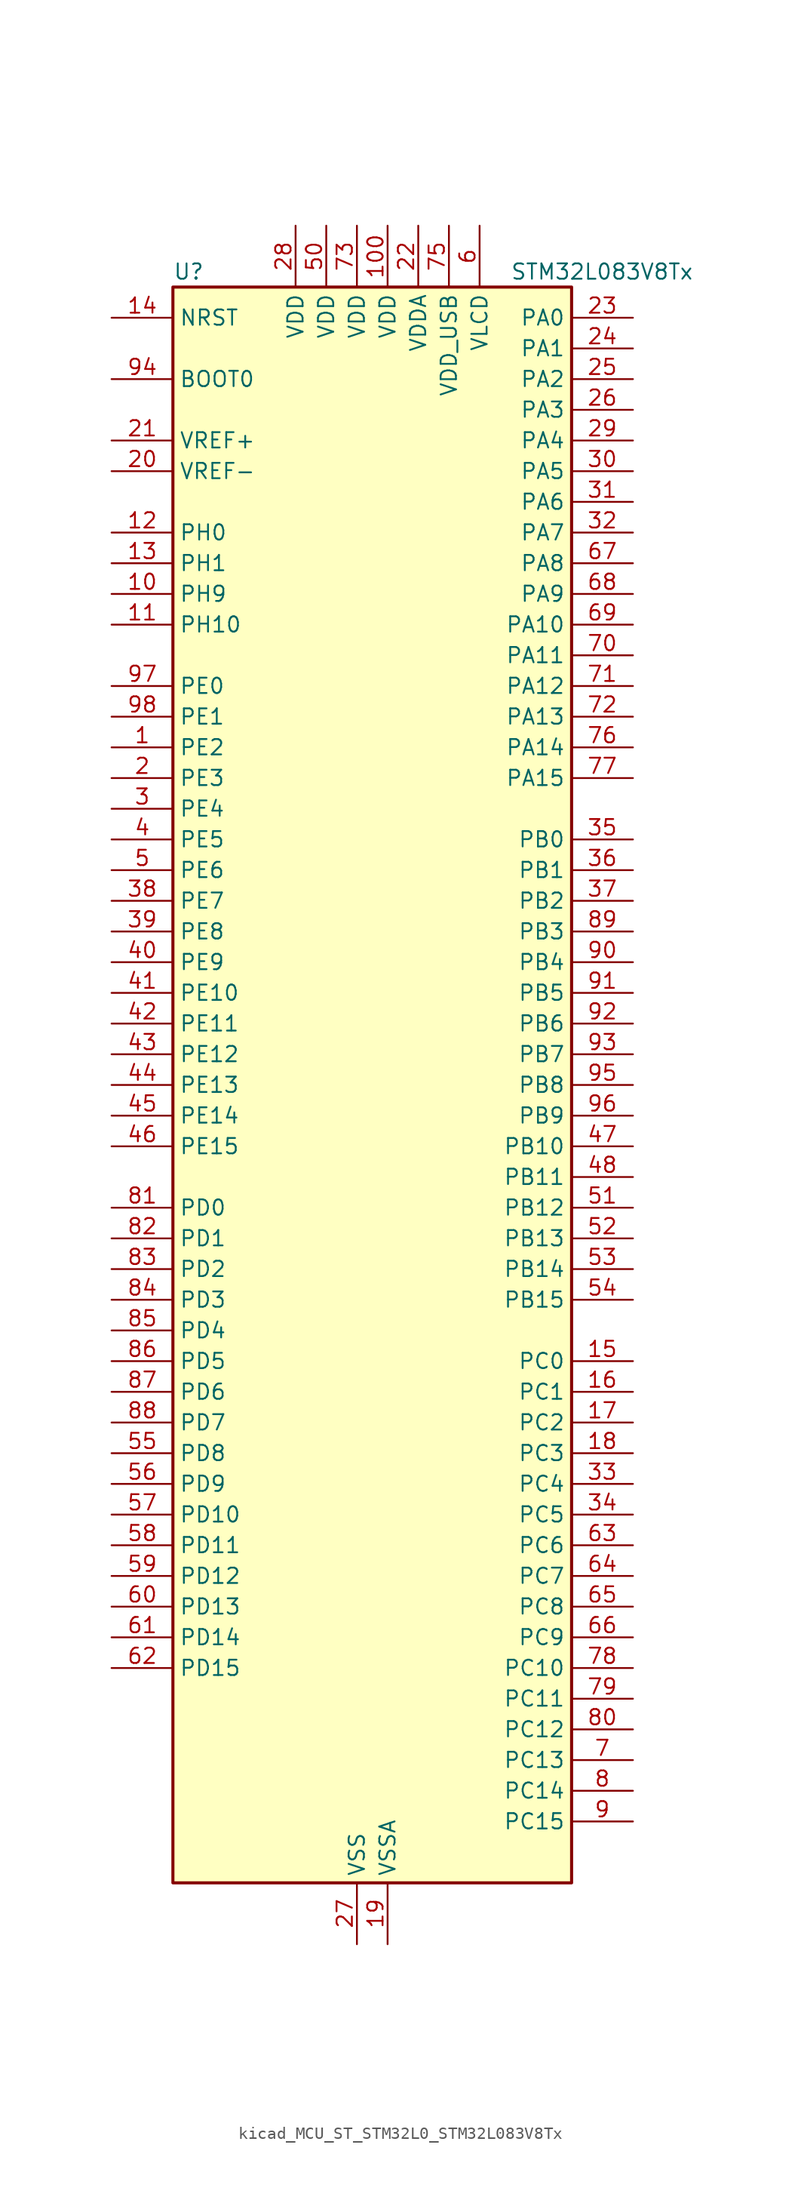
<source format=kicad_sym>
(kicad_symbol_lib
  (version 20220914)
  (generator kicad_symbol_editor)
  (symbol "kicad_MCU_ST_STM32L0_STM32L083V8Tx"
    (property "Reference" "U"
      (at -15.24 67.31 0)
      (effects (font (size 1.27 1.27)) (justify left)))
    (property "Value" "STM32L083V8Tx"
      (at 12.7 67.31 0)
      (effects (font (size 1.27 1.27)) (justify left)))
    (property "ki_locked" ""
      (at 0 0 0)
      (effects (font (size 1.27 1.27))))
    (symbol "kicad_MCU_ST_STM32L0_STM32L083V8Tx_0_1"
      (rectangle (start -15.24 -66.04) (end 17.78 66.04) (stroke (width 0.254) (type default)) (fill (type background))))
    (symbol "kicad_MCU_ST_STM32L0_STM32L083V8Tx_1_1"
      (pin bidirectional line (at -20.32 27.94 0) (length 5.08) (name "PE2" (effects (font (size 1.27 1.27)))) (number "1" (effects (font (size 1.27 1.27)))) (alternate "LCD_SEG38" bidirectional line) (alternate "TIM3_ETR" bidirectional line))
      (pin bidirectional line (at -20.32 40.64 0) (length 5.08) (name "PH9" (effects (font (size 1.27 1.27)))) (number "10" (effects (font (size 1.27 1.27)))) (alternate "DAC_EXTI9" bidirectional line))
      (pin power_in line (at 2.54 71.12 270) (length 5.08) (name "VDD" (effects (font (size 1.27 1.27)))) (number "100" (effects (font (size 1.27 1.27)))))
      (pin bidirectional line (at -20.32 38.1 0) (length 5.08) (name "PH10" (effects (font (size 1.27 1.27)))) (number "11" (effects (font (size 1.27 1.27)))))
      (pin bidirectional line (at -20.32 45.72 0) (length 5.08) (name "PH0" (effects (font (size 1.27 1.27)))) (number "12" (effects (font (size 1.27 1.27)))) (alternate "CRS_SYNC" bidirectional line) (alternate "RCC_OSC_IN" bidirectional line))
      (pin bidirectional line (at -20.32 43.18 0) (length 5.08) (name "PH1" (effects (font (size 1.27 1.27)))) (number "13" (effects (font (size 1.27 1.27)))) (alternate "RCC_OSC_OUT" bidirectional line))
      (pin input line (at -20.32 63.5 0) (length 5.08) (name "NRST" (effects (font (size 1.27 1.27)))) (number "14" (effects (font (size 1.27 1.27)))))
      (pin bidirectional line (at 22.86 -22.86 180) (length 5.08) (name "PC0" (effects (font (size 1.27 1.27)))) (number "15" (effects (font (size 1.27 1.27)))) (alternate "ADC_IN10" bidirectional line) (alternate "I2C3_SCL" bidirectional line) (alternate "LCD_SEG18" bidirectional line) (alternate "LPTIM1_IN1" bidirectional line) (alternate "LPUART1_RX" bidirectional line) (alternate "TSC_G7_IO1" bidirectional line))
      (pin bidirectional line (at 22.86 -25.4 180) (length 5.08) (name "PC1" (effects (font (size 1.27 1.27)))) (number "16" (effects (font (size 1.27 1.27)))) (alternate "ADC_IN11" bidirectional line) (alternate "I2C3_SDA" bidirectional line) (alternate "LCD_SEG19" bidirectional line) (alternate "LPTIM1_OUT" bidirectional line) (alternate "LPUART1_TX" bidirectional line) (alternate "TSC_G7_IO2" bidirectional line))
      (pin bidirectional line (at 22.86 -27.94 180) (length 5.08) (name "PC2" (effects (font (size 1.27 1.27)))) (number "17" (effects (font (size 1.27 1.27)))) (alternate "ADC_IN12" bidirectional line) (alternate "I2S2_MCK" bidirectional line) (alternate "LCD_SEG20" bidirectional line) (alternate "LPTIM1_IN2" bidirectional line) (alternate "SPI2_MISO" bidirectional line) (alternate "TSC_G7_IO3" bidirectional line))
      (pin bidirectional line (at 22.86 -30.48 180) (length 5.08) (name "PC3" (effects (font (size 1.27 1.27)))) (number "18" (effects (font (size 1.27 1.27)))) (alternate "ADC_IN13" bidirectional line) (alternate "I2S2_SD" bidirectional line) (alternate "LCD_SEG21" bidirectional line) (alternate "LPTIM1_ETR" bidirectional line) (alternate "SPI2_MOSI" bidirectional line) (alternate "TSC_G7_IO4" bidirectional line))
      (pin power_in line (at 2.54 -71.12 90) (length 5.08) (name "VSSA" (effects (font (size 1.27 1.27)))) (number "19" (effects (font (size 1.27 1.27)))))
      (pin bidirectional line (at -20.32 25.4 0) (length 5.08) (name "PE3" (effects (font (size 1.27 1.27)))) (number "2" (effects (font (size 1.27 1.27)))) (alternate "LCD_SEG39" bidirectional line) (alternate "TIM22_CH1" bidirectional line) (alternate "TIM3_CH1" bidirectional line))
      (pin input line (at -20.32 50.8 0) (length 5.08) (name "VREF-" (effects (font (size 1.27 1.27)))) (number "20" (effects (font (size 1.27 1.27)))))
      (pin input line (at -20.32 53.34 0) (length 5.08) (name "VREF+" (effects (font (size 1.27 1.27)))) (number "21" (effects (font (size 1.27 1.27)))))
      (pin power_in line (at 5.08 71.12 270) (length 5.08) (name "VDDA" (effects (font (size 1.27 1.27)))) (number "22" (effects (font (size 1.27 1.27)))))
      (pin bidirectional line (at 22.86 63.5 180) (length 5.08) (name "PA0" (effects (font (size 1.27 1.27)))) (number "23" (effects (font (size 1.27 1.27)))) (alternate "ADC_IN0" bidirectional line) (alternate "COMP1_INM" bidirectional line) (alternate "COMP1_OUT" bidirectional line) (alternate "RTC_TAMP2" bidirectional line) (alternate "SYS_WKUP1" bidirectional line) (alternate "TIM2_CH1" bidirectional line) (alternate "TIM2_ETR" bidirectional line) (alternate "TSC_G1_IO1" bidirectional line) (alternate "USART2_CTS" bidirectional line) (alternate "USART4_TX" bidirectional line))
      (pin bidirectional line (at 22.86 60.96 180) (length 5.08) (name "PA1" (effects (font (size 1.27 1.27)))) (number "24" (effects (font (size 1.27 1.27)))) (alternate "ADC_IN1" bidirectional line) (alternate "COMP1_INP" bidirectional line) (alternate "LCD_SEG0" bidirectional line) (alternate "TIM21_ETR" bidirectional line) (alternate "TIM2_CH2" bidirectional line) (alternate "TSC_G1_IO2" bidirectional line) (alternate "USART2_DE" bidirectional line) (alternate "USART2_RTS" bidirectional line) (alternate "USART4_RX" bidirectional line))
      (pin bidirectional line (at 22.86 58.42 180) (length 5.08) (name "PA2" (effects (font (size 1.27 1.27)))) (number "25" (effects (font (size 1.27 1.27)))) (alternate "ADC_IN2" bidirectional line) (alternate "COMP2_INM" bidirectional line) (alternate "COMP2_OUT" bidirectional line) (alternate "LCD_SEG1" bidirectional line) (alternate "LPUART1_TX" bidirectional line) (alternate "TIM21_CH1" bidirectional line) (alternate "TIM2_CH3" bidirectional line) (alternate "TSC_G1_IO3" bidirectional line) (alternate "USART2_TX" bidirectional line))
      (pin bidirectional line (at 22.86 55.88 180) (length 5.08) (name "PA3" (effects (font (size 1.27 1.27)))) (number "26" (effects (font (size 1.27 1.27)))) (alternate "ADC_IN3" bidirectional line) (alternate "COMP2_INP" bidirectional line) (alternate "LCD_SEG2" bidirectional line) (alternate "LPUART1_RX" bidirectional line) (alternate "TIM21_CH2" bidirectional line) (alternate "TIM2_CH4" bidirectional line) (alternate "TSC_G1_IO4" bidirectional line) (alternate "USART2_RX" bidirectional line))
      (pin power_in line (at 0 -71.12 90) (length 5.08) (name "VSS" (effects (font (size 1.27 1.27)))) (number "27" (effects (font (size 1.27 1.27)))))
      (pin power_in line (at -5.08 71.12 270) (length 5.08) (name "VDD" (effects (font (size 1.27 1.27)))) (number "28" (effects (font (size 1.27 1.27)))))
      (pin bidirectional line (at 22.86 53.34 180) (length 5.08) (name "PA4" (effects (font (size 1.27 1.27)))) (number "29" (effects (font (size 1.27 1.27)))) (alternate "ADC_IN4" bidirectional line) (alternate "COMP1_INM" bidirectional line) (alternate "COMP2_INM" bidirectional line) (alternate "DAC_OUT1" bidirectional line) (alternate "SPI1_NSS" bidirectional line) (alternate "TIM22_ETR" bidirectional line) (alternate "TSC_G2_IO1" bidirectional line) (alternate "USART2_CK" bidirectional line))
      (pin bidirectional line (at -20.32 22.86 0) (length 5.08) (name "PE4" (effects (font (size 1.27 1.27)))) (number "3" (effects (font (size 1.27 1.27)))) (alternate "TIM22_CH2" bidirectional line) (alternate "TIM3_CH2" bidirectional line))
      (pin bidirectional line (at 22.86 50.8 180) (length 5.08) (name "PA5" (effects (font (size 1.27 1.27)))) (number "30" (effects (font (size 1.27 1.27)))) (alternate "ADC_IN5" bidirectional line) (alternate "COMP1_INM" bidirectional line) (alternate "COMP2_INM" bidirectional line) (alternate "DAC_OUT2" bidirectional line) (alternate "SPI1_SCK" bidirectional line) (alternate "TIM2_CH1" bidirectional line) (alternate "TIM2_ETR" bidirectional line) (alternate "TSC_G2_IO2" bidirectional line))
      (pin bidirectional line (at 22.86 48.26 180) (length 5.08) (name "PA6" (effects (font (size 1.27 1.27)))) (number "31" (effects (font (size 1.27 1.27)))) (alternate "ADC_IN6" bidirectional line) (alternate "COMP1_OUT" bidirectional line) (alternate "LCD_SEG3" bidirectional line) (alternate "LPUART1_CTS" bidirectional line) (alternate "SPI1_MISO" bidirectional line) (alternate "TIM22_CH1" bidirectional line) (alternate "TIM3_CH1" bidirectional line) (alternate "TSC_G2_IO3" bidirectional line))
      (pin bidirectional line (at 22.86 45.72 180) (length 5.08) (name "PA7" (effects (font (size 1.27 1.27)))) (number "32" (effects (font (size 1.27 1.27)))) (alternate "ADC_IN7" bidirectional line) (alternate "COMP2_OUT" bidirectional line) (alternate "LCD_SEG4" bidirectional line) (alternate "SPI1_MOSI" bidirectional line) (alternate "TIM22_CH2" bidirectional line) (alternate "TIM3_CH2" bidirectional line) (alternate "TSC_G2_IO4" bidirectional line))
      (pin bidirectional line (at 22.86 -33.02 180) (length 5.08) (name "PC4" (effects (font (size 1.27 1.27)))) (number "33" (effects (font (size 1.27 1.27)))) (alternate "ADC_IN14" bidirectional line) (alternate "LCD_SEG22" bidirectional line) (alternate "LPUART1_TX" bidirectional line))
      (pin bidirectional line (at 22.86 -35.56 180) (length 5.08) (name "PC5" (effects (font (size 1.27 1.27)))) (number "34" (effects (font (size 1.27 1.27)))) (alternate "ADC_IN15" bidirectional line) (alternate "LCD_SEG23" bidirectional line) (alternate "LPUART1_RX" bidirectional line) (alternate "TSC_G3_IO1" bidirectional line))
      (pin bidirectional line (at 22.86 20.32 180) (length 5.08) (name "PB0" (effects (font (size 1.27 1.27)))) (number "35" (effects (font (size 1.27 1.27)))) (alternate "ADC_IN8" bidirectional line) (alternate "LCD_SEG5" bidirectional line) (alternate "LCD_VLCD3" bidirectional line) (alternate "SYS_VREF_OUT_PB0" bidirectional line) (alternate "TIM3_CH3" bidirectional line) (alternate "TSC_G3_IO2" bidirectional line))
      (pin bidirectional line (at 22.86 17.78 180) (length 5.08) (name "PB1" (effects (font (size 1.27 1.27)))) (number "36" (effects (font (size 1.27 1.27)))) (alternate "ADC_IN9" bidirectional line) (alternate "LCD_SEG6" bidirectional line) (alternate "LPUART1_DE" bidirectional line) (alternate "LPUART1_RTS" bidirectional line) (alternate "SYS_VREF_OUT_PB1" bidirectional line) (alternate "TIM3_CH4" bidirectional line) (alternate "TSC_G3_IO3" bidirectional line))
      (pin bidirectional line (at 22.86 15.24 180) (length 5.08) (name "PB2" (effects (font (size 1.27 1.27)))) (number "37" (effects (font (size 1.27 1.27)))) (alternate "I2C3_SMBA" bidirectional line) (alternate "LCD_VLCD2" bidirectional line) (alternate "LPTIM1_OUT" bidirectional line) (alternate "TSC_G3_IO4" bidirectional line))
      (pin bidirectional line (at -20.32 15.24 0) (length 5.08) (name "PE7" (effects (font (size 1.27 1.27)))) (number "38" (effects (font (size 1.27 1.27)))) (alternate "LCD_SEG45" bidirectional line) (alternate "USART5_CK" bidirectional line) (alternate "USART5_DE" bidirectional line) (alternate "USART5_RTS" bidirectional line))
      (pin bidirectional line (at -20.32 12.7 0) (length 5.08) (name "PE8" (effects (font (size 1.27 1.27)))) (number "39" (effects (font (size 1.27 1.27)))) (alternate "LCD_SEG46" bidirectional line) (alternate "USART4_TX" bidirectional line))
      (pin bidirectional line (at -20.32 20.32 0) (length 5.08) (name "PE5" (effects (font (size 1.27 1.27)))) (number "4" (effects (font (size 1.27 1.27)))) (alternate "TIM21_CH1" bidirectional line) (alternate "TIM3_CH3" bidirectional line))
      (pin bidirectional line (at -20.32 10.16 0) (length 5.08) (name "PE9" (effects (font (size 1.27 1.27)))) (number "40" (effects (font (size 1.27 1.27)))) (alternate "DAC_EXTI9" bidirectional line) (alternate "LCD_SEG47" bidirectional line) (alternate "TIM2_CH1" bidirectional line) (alternate "TIM2_ETR" bidirectional line) (alternate "USART4_RX" bidirectional line))
      (pin bidirectional line (at -20.32 7.62 0) (length 5.08) (name "PE10" (effects (font (size 1.27 1.27)))) (number "41" (effects (font (size 1.27 1.27)))) (alternate "LCD_SEG40" bidirectional line) (alternate "TIM2_CH2" bidirectional line) (alternate "USART5_TX" bidirectional line))
      (pin bidirectional line (at -20.32 5.08 0) (length 5.08) (name "PE11" (effects (font (size 1.27 1.27)))) (number "42" (effects (font (size 1.27 1.27)))) (alternate "ADC_EXTI11" bidirectional line) (alternate "LCD_VLCD1" bidirectional line) (alternate "TIM2_CH3" bidirectional line) (alternate "USART5_RX" bidirectional line))
      (pin bidirectional line (at -20.32 2.54 0) (length 5.08) (name "PE12" (effects (font (size 1.27 1.27)))) (number "43" (effects (font (size 1.27 1.27)))) (alternate "LCD_VLCD3" bidirectional line) (alternate "SPI1_NSS" bidirectional line) (alternate "TIM2_CH4" bidirectional line))
      (pin bidirectional line (at -20.32 0 0) (length 5.08) (name "PE13" (effects (font (size 1.27 1.27)))) (number "44" (effects (font (size 1.27 1.27)))) (alternate "LCD_SEG41" bidirectional line) (alternate "SPI1_SCK" bidirectional line))
      (pin bidirectional line (at -20.32 -2.54 0) (length 5.08) (name "PE14" (effects (font (size 1.27 1.27)))) (number "45" (effects (font (size 1.27 1.27)))) (alternate "LCD_SEG42" bidirectional line) (alternate "SPI1_MISO" bidirectional line))
      (pin bidirectional line (at -20.32 -5.08 0) (length 5.08) (name "PE15" (effects (font (size 1.27 1.27)))) (number "46" (effects (font (size 1.27 1.27)))) (alternate "LCD_SEG43" bidirectional line) (alternate "SPI1_MOSI" bidirectional line))
      (pin bidirectional line (at 22.86 -5.08 180) (length 5.08) (name "PB10" (effects (font (size 1.27 1.27)))) (number "47" (effects (font (size 1.27 1.27)))) (alternate "I2C2_SCL" bidirectional line) (alternate "LCD_SEG10" bidirectional line) (alternate "LPUART1_RX" bidirectional line) (alternate "LPUART1_TX" bidirectional line) (alternate "SPI2_SCK" bidirectional line) (alternate "TIM2_CH3" bidirectional line) (alternate "TSC_SYNC" bidirectional line))
      (pin bidirectional line (at 22.86 -7.62 180) (length 5.08) (name "PB11" (effects (font (size 1.27 1.27)))) (number "48" (effects (font (size 1.27 1.27)))) (alternate "ADC_EXTI11" bidirectional line) (alternate "I2C2_SDA" bidirectional line) (alternate "LCD_SEG11" bidirectional line) (alternate "LPUART1_RX" bidirectional line) (alternate "LPUART1_TX" bidirectional line) (alternate "TIM2_CH4" bidirectional line) (alternate "TSC_G6_IO1" bidirectional line))
      (pin passive line (at 0 -71.12 90) (length 5.08) hide (name "VSS" (effects (font (size 1.27 1.27)))) (number "49" (effects (font (size 1.27 1.27)))))
      (pin bidirectional line (at -20.32 17.78 0) (length 5.08) (name "PE6" (effects (font (size 1.27 1.27)))) (number "5" (effects (font (size 1.27 1.27)))) (alternate "RTC_TAMP3" bidirectional line) (alternate "SYS_WKUP3" bidirectional line) (alternate "TIM21_CH2" bidirectional line) (alternate "TIM3_CH4" bidirectional line))
      (pin power_in line (at -2.54 71.12 270) (length 5.08) (name "VDD" (effects (font (size 1.27 1.27)))) (number "50" (effects (font (size 1.27 1.27)))))
      (pin bidirectional line (at 22.86 -10.16 180) (length 5.08) (name "PB12" (effects (font (size 1.27 1.27)))) (number "51" (effects (font (size 1.27 1.27)))) (alternate "I2S2_WS" bidirectional line) (alternate "LCD_SEG12" bidirectional line) (alternate "LCD_VLCD2" bidirectional line) (alternate "LPUART1_DE" bidirectional line) (alternate "LPUART1_RTS" bidirectional line) (alternate "SPI2_NSS" bidirectional line) (alternate "TSC_G6_IO2" bidirectional line))
      (pin bidirectional line (at 22.86 -12.7 180) (length 5.08) (name "PB13" (effects (font (size 1.27 1.27)))) (number "52" (effects (font (size 1.27 1.27)))) (alternate "I2C2_SCL" bidirectional line) (alternate "I2S2_CK" bidirectional line) (alternate "LCD_SEG13" bidirectional line) (alternate "LPUART1_CTS" bidirectional line) (alternate "RCC_MCO" bidirectional line) (alternate "SPI2_SCK" bidirectional line) (alternate "TIM21_CH1" bidirectional line) (alternate "TSC_G6_IO3" bidirectional line))
      (pin bidirectional line (at 22.86 -15.24 180) (length 5.08) (name "PB14" (effects (font (size 1.27 1.27)))) (number "53" (effects (font (size 1.27 1.27)))) (alternate "I2C2_SDA" bidirectional line) (alternate "I2S2_MCK" bidirectional line) (alternate "LCD_SEG14" bidirectional line) (alternate "LPUART1_DE" bidirectional line) (alternate "LPUART1_RTS" bidirectional line) (alternate "RTC_OUT_ALARM" bidirectional line) (alternate "RTC_OUT_CALIB" bidirectional line) (alternate "SPI2_MISO" bidirectional line) (alternate "TIM21_CH2" bidirectional line) (alternate "TSC_G6_IO4" bidirectional line))
      (pin bidirectional line (at 22.86 -17.78 180) (length 5.08) (name "PB15" (effects (font (size 1.27 1.27)))) (number "54" (effects (font (size 1.27 1.27)))) (alternate "I2S2_SD" bidirectional line) (alternate "LCD_SEG15" bidirectional line) (alternate "RTC_REFIN" bidirectional line) (alternate "SPI2_MOSI" bidirectional line))
      (pin bidirectional line (at -20.32 -30.48 0) (length 5.08) (name "PD8" (effects (font (size 1.27 1.27)))) (number "55" (effects (font (size 1.27 1.27)))) (alternate "LCD_SEG28" bidirectional line) (alternate "LPUART1_TX" bidirectional line))
      (pin bidirectional line (at -20.32 -33.02 0) (length 5.08) (name "PD9" (effects (font (size 1.27 1.27)))) (number "56" (effects (font (size 1.27 1.27)))) (alternate "DAC_EXTI9" bidirectional line) (alternate "LCD_SEG29" bidirectional line) (alternate "LPUART1_RX" bidirectional line))
      (pin bidirectional line (at -20.32 -35.56 0) (length 5.08) (name "PD10" (effects (font (size 1.27 1.27)))) (number "57" (effects (font (size 1.27 1.27)))) (alternate "LCD_SEG30" bidirectional line))
      (pin bidirectional line (at -20.32 -38.1 0) (length 5.08) (name "PD11" (effects (font (size 1.27 1.27)))) (number "58" (effects (font (size 1.27 1.27)))) (alternate "ADC_EXTI11" bidirectional line) (alternate "LCD_SEG31" bidirectional line) (alternate "LPUART1_CTS" bidirectional line))
      (pin bidirectional line (at -20.32 -40.64 0) (length 5.08) (name "PD12" (effects (font (size 1.27 1.27)))) (number "59" (effects (font (size 1.27 1.27)))) (alternate "LCD_SEG32" bidirectional line) (alternate "LPUART1_DE" bidirectional line) (alternate "LPUART1_RTS" bidirectional line))
      (pin power_in line (at 10.16 71.12 270) (length 5.08) (name "VLCD" (effects (font (size 1.27 1.27)))) (number "6" (effects (font (size 1.27 1.27)))))
      (pin bidirectional line (at -20.32 -43.18 0) (length 5.08) (name "PD13" (effects (font (size 1.27 1.27)))) (number "60" (effects (font (size 1.27 1.27)))) (alternate "LCD_SEG33" bidirectional line))
      (pin bidirectional line (at -20.32 -45.72 0) (length 5.08) (name "PD14" (effects (font (size 1.27 1.27)))) (number "61" (effects (font (size 1.27 1.27)))) (alternate "LCD_SEG34" bidirectional line))
      (pin bidirectional line (at -20.32 -48.26 0) (length 5.08) (name "PD15" (effects (font (size 1.27 1.27)))) (number "62" (effects (font (size 1.27 1.27)))) (alternate "CRS_SYNC" bidirectional line) (alternate "LCD_SEG35" bidirectional line))
      (pin bidirectional line (at 22.86 -38.1 180) (length 5.08) (name "PC6" (effects (font (size 1.27 1.27)))) (number "63" (effects (font (size 1.27 1.27)))) (alternate "LCD_SEG24" bidirectional line) (alternate "TIM22_CH1" bidirectional line) (alternate "TIM3_CH1" bidirectional line) (alternate "TSC_G8_IO1" bidirectional line))
      (pin bidirectional line (at 22.86 -40.64 180) (length 5.08) (name "PC7" (effects (font (size 1.27 1.27)))) (number "64" (effects (font (size 1.27 1.27)))) (alternate "LCD_SEG25" bidirectional line) (alternate "TIM22_CH2" bidirectional line) (alternate "TIM3_CH2" bidirectional line) (alternate "TSC_G8_IO2" bidirectional line))
      (pin bidirectional line (at 22.86 -43.18 180) (length 5.08) (name "PC8" (effects (font (size 1.27 1.27)))) (number "65" (effects (font (size 1.27 1.27)))) (alternate "LCD_SEG26" bidirectional line) (alternate "TIM22_ETR" bidirectional line) (alternate "TIM3_CH3" bidirectional line) (alternate "TSC_G8_IO3" bidirectional line))
      (pin bidirectional line (at 22.86 -45.72 180) (length 5.08) (name "PC9" (effects (font (size 1.27 1.27)))) (number "66" (effects (font (size 1.27 1.27)))) (alternate "DAC_EXTI9" bidirectional line) (alternate "I2C3_SDA" bidirectional line) (alternate "LCD_SEG27" bidirectional line) (alternate "TIM21_ETR" bidirectional line) (alternate "TIM3_CH4" bidirectional line) (alternate "TSC_G8_IO4" bidirectional line) (alternate "USB_NOE" bidirectional line))
      (pin bidirectional line (at 22.86 43.18 180) (length 5.08) (name "PA8" (effects (font (size 1.27 1.27)))) (number "67" (effects (font (size 1.27 1.27)))) (alternate "CRS_SYNC" bidirectional line) (alternate "I2C3_SCL" bidirectional line) (alternate "LCD_COM0" bidirectional line) (alternate "RCC_MCO" bidirectional line) (alternate "USART1_CK" bidirectional line))
      (pin bidirectional line (at 22.86 40.64 180) (length 5.08) (name "PA9" (effects (font (size 1.27 1.27)))) (number "68" (effects (font (size 1.27 1.27)))) (alternate "DAC_EXTI9" bidirectional line) (alternate "I2C1_SCL" bidirectional line) (alternate "I2C3_SMBA" bidirectional line) (alternate "LCD_COM1" bidirectional line) (alternate "RCC_MCO" bidirectional line) (alternate "TSC_G4_IO1" bidirectional line) (alternate "USART1_TX" bidirectional line))
      (pin bidirectional line (at 22.86 38.1 180) (length 5.08) (name "PA10" (effects (font (size 1.27 1.27)))) (number "69" (effects (font (size 1.27 1.27)))) (alternate "I2C1_SDA" bidirectional line) (alternate "LCD_COM2" bidirectional line) (alternate "TSC_G4_IO2" bidirectional line) (alternate "USART1_RX" bidirectional line))
      (pin bidirectional line (at 22.86 -55.88 180) (length 5.08) (name "PC13" (effects (font (size 1.27 1.27)))) (number "7" (effects (font (size 1.27 1.27)))) (alternate "RTC_OUT_ALARM" bidirectional line) (alternate "RTC_OUT_CALIB" bidirectional line) (alternate "RTC_TAMP1" bidirectional line) (alternate "RTC_TS" bidirectional line) (alternate "SYS_WKUP2" bidirectional line))
      (pin bidirectional line (at 22.86 35.56 180) (length 5.08) (name "PA11" (effects (font (size 1.27 1.27)))) (number "70" (effects (font (size 1.27 1.27)))) (alternate "ADC_EXTI11" bidirectional line) (alternate "COMP1_OUT" bidirectional line) (alternate "SPI1_MISO" bidirectional line) (alternate "TSC_G4_IO3" bidirectional line) (alternate "USART1_CTS" bidirectional line) (alternate "USB_DM" bidirectional line))
      (pin bidirectional line (at 22.86 33.02 180) (length 5.08) (name "PA12" (effects (font (size 1.27 1.27)))) (number "71" (effects (font (size 1.27 1.27)))) (alternate "COMP2_OUT" bidirectional line) (alternate "SPI1_MOSI" bidirectional line) (alternate "TSC_G4_IO4" bidirectional line) (alternate "USART1_DE" bidirectional line) (alternate "USART1_RTS" bidirectional line) (alternate "USB_DP" bidirectional line))
      (pin bidirectional line (at 22.86 30.48 180) (length 5.08) (name "PA13" (effects (font (size 1.27 1.27)))) (number "72" (effects (font (size 1.27 1.27)))) (alternate "LPUART1_RX" bidirectional line) (alternate "SYS_SWDIO" bidirectional line) (alternate "USB_NOE" bidirectional line))
      (pin power_in line (at 0 71.12 270) (length 5.08) (name "VDD" (effects (font (size 1.27 1.27)))) (number "73" (effects (font (size 1.27 1.27)))))
      (pin passive line (at 0 -71.12 90) (length 5.08) hide (name "VSS" (effects (font (size 1.27 1.27)))) (number "74" (effects (font (size 1.27 1.27)))))
      (pin power_in line (at 7.62 71.12 270) (length 5.08) (name "VDD_USB" (effects (font (size 1.27 1.27)))) (number "75" (effects (font (size 1.27 1.27)))))
      (pin bidirectional line (at 22.86 27.94 180) (length 5.08) (name "PA14" (effects (font (size 1.27 1.27)))) (number "76" (effects (font (size 1.27 1.27)))) (alternate "LPUART1_TX" bidirectional line) (alternate "SYS_SWCLK" bidirectional line) (alternate "USART2_TX" bidirectional line))
      (pin bidirectional line (at 22.86 25.4 180) (length 5.08) (name "PA15" (effects (font (size 1.27 1.27)))) (number "77" (effects (font (size 1.27 1.27)))) (alternate "LCD_SEG17" bidirectional line) (alternate "SPI1_NSS" bidirectional line) (alternate "TIM2_CH1" bidirectional line) (alternate "TIM2_ETR" bidirectional line) (alternate "USART2_RX" bidirectional line) (alternate "USART4_DE" bidirectional line) (alternate "USART4_RTS" bidirectional line))
      (pin bidirectional line (at 22.86 -48.26 180) (length 5.08) (name "PC10" (effects (font (size 1.27 1.27)))) (number "78" (effects (font (size 1.27 1.27)))) (alternate "LCD_COM4" bidirectional line) (alternate "LCD_SEG28" bidirectional line) (alternate "LCD_SEG48" bidirectional line) (alternate "LPUART1_TX" bidirectional line) (alternate "USART4_TX" bidirectional line))
      (pin bidirectional line (at 22.86 -50.8 180) (length 5.08) (name "PC11" (effects (font (size 1.27 1.27)))) (number "79" (effects (font (size 1.27 1.27)))) (alternate "ADC_EXTI11" bidirectional line) (alternate "LCD_COM5" bidirectional line) (alternate "LCD_SEG29" bidirectional line) (alternate "LCD_SEG49" bidirectional line) (alternate "LPUART1_RX" bidirectional line) (alternate "USART4_RX" bidirectional line))
      (pin bidirectional line (at 22.86 -58.42 180) (length 5.08) (name "PC14" (effects (font (size 1.27 1.27)))) (number "8" (effects (font (size 1.27 1.27)))) (alternate "RCC_OSC32_IN" bidirectional line))
      (pin bidirectional line (at 22.86 -53.34 180) (length 5.08) (name "PC12" (effects (font (size 1.27 1.27)))) (number "80" (effects (font (size 1.27 1.27)))) (alternate "LCD_COM6" bidirectional line) (alternate "LCD_SEG30" bidirectional line) (alternate "LCD_SEG50" bidirectional line) (alternate "USART4_CK" bidirectional line) (alternate "USART5_TX" bidirectional line))
      (pin bidirectional line (at -20.32 -10.16 0) (length 5.08) (name "PD0" (effects (font (size 1.27 1.27)))) (number "81" (effects (font (size 1.27 1.27)))) (alternate "I2S2_WS" bidirectional line) (alternate "SPI2_NSS" bidirectional line) (alternate "TIM21_CH1" bidirectional line))
      (pin bidirectional line (at -20.32 -12.7 0) (length 5.08) (name "PD1" (effects (font (size 1.27 1.27)))) (number "82" (effects (font (size 1.27 1.27)))) (alternate "I2S2_CK" bidirectional line) (alternate "SPI2_SCK" bidirectional line))
      (pin bidirectional line (at -20.32 -15.24 0) (length 5.08) (name "PD2" (effects (font (size 1.27 1.27)))) (number "83" (effects (font (size 1.27 1.27)))) (alternate "LCD_COM7" bidirectional line) (alternate "LCD_SEG31" bidirectional line) (alternate "LCD_SEG51" bidirectional line) (alternate "LPUART1_DE" bidirectional line) (alternate "LPUART1_RTS" bidirectional line) (alternate "TIM3_ETR" bidirectional line) (alternate "USART5_RX" bidirectional line))
      (pin bidirectional line (at -20.32 -17.78 0) (length 5.08) (name "PD3" (effects (font (size 1.27 1.27)))) (number "84" (effects (font (size 1.27 1.27)))) (alternate "I2S2_MCK" bidirectional line) (alternate "LCD_SEG44" bidirectional line) (alternate "SPI2_MISO" bidirectional line) (alternate "USART2_CTS" bidirectional line))
      (pin bidirectional line (at -20.32 -20.32 0) (length 5.08) (name "PD4" (effects (font (size 1.27 1.27)))) (number "85" (effects (font (size 1.27 1.27)))) (alternate "I2S2_SD" bidirectional line) (alternate "SPI2_MOSI" bidirectional line) (alternate "USART2_DE" bidirectional line) (alternate "USART2_RTS" bidirectional line))
      (pin bidirectional line (at -20.32 -22.86 0) (length 5.08) (name "PD5" (effects (font (size 1.27 1.27)))) (number "86" (effects (font (size 1.27 1.27)))) (alternate "USART2_TX" bidirectional line))
      (pin bidirectional line (at -20.32 -25.4 0) (length 5.08) (name "PD6" (effects (font (size 1.27 1.27)))) (number "87" (effects (font (size 1.27 1.27)))) (alternate "USART2_RX" bidirectional line))
      (pin bidirectional line (at -20.32 -27.94 0) (length 5.08) (name "PD7" (effects (font (size 1.27 1.27)))) (number "88" (effects (font (size 1.27 1.27)))) (alternate "TIM21_CH2" bidirectional line) (alternate "USART2_CK" bidirectional line))
      (pin bidirectional line (at 22.86 12.7 180) (length 5.08) (name "PB3" (effects (font (size 1.27 1.27)))) (number "89" (effects (font (size 1.27 1.27)))) (alternate "COMP2_INM" bidirectional line) (alternate "LCD_SEG7" bidirectional line) (alternate "SPI1_SCK" bidirectional line) (alternate "TIM2_CH2" bidirectional line) (alternate "TSC_G5_IO1" bidirectional line) (alternate "USART1_DE" bidirectional line) (alternate "USART1_RTS" bidirectional line) (alternate "USART5_TX" bidirectional line))
      (pin bidirectional line (at 22.86 -60.96 180) (length 5.08) (name "PC15" (effects (font (size 1.27 1.27)))) (number "9" (effects (font (size 1.27 1.27)))) (alternate "RCC_OSC32_OUT" bidirectional line))
      (pin bidirectional line (at 22.86 10.16 180) (length 5.08) (name "PB4" (effects (font (size 1.27 1.27)))) (number "90" (effects (font (size 1.27 1.27)))) (alternate "COMP2_INP" bidirectional line) (alternate "I2C3_SDA" bidirectional line) (alternate "LCD_SEG8" bidirectional line) (alternate "SPI1_MISO" bidirectional line) (alternate "TIM22_CH1" bidirectional line) (alternate "TIM3_CH1" bidirectional line) (alternate "TSC_G5_IO2" bidirectional line) (alternate "USART1_CTS" bidirectional line) (alternate "USART5_RX" bidirectional line))
      (pin bidirectional line (at 22.86 7.62 180) (length 5.08) (name "PB5" (effects (font (size 1.27 1.27)))) (number "91" (effects (font (size 1.27 1.27)))) (alternate "COMP2_INP" bidirectional line) (alternate "I2C1_SMBA" bidirectional line) (alternate "LCD_SEG9" bidirectional line) (alternate "LPTIM1_IN1" bidirectional line) (alternate "SPI1_MOSI" bidirectional line) (alternate "TIM22_CH2" bidirectional line) (alternate "TIM3_CH2" bidirectional line) (alternate "USART1_CK" bidirectional line) (alternate "USART5_CK" bidirectional line) (alternate "USART5_DE" bidirectional line) (alternate "USART5_RTS" bidirectional line))
      (pin bidirectional line (at 22.86 5.08 180) (length 5.08) (name "PB6" (effects (font (size 1.27 1.27)))) (number "92" (effects (font (size 1.27 1.27)))) (alternate "COMP2_INP" bidirectional line) (alternate "I2C1_SCL" bidirectional line) (alternate "LPTIM1_ETR" bidirectional line) (alternate "TSC_G5_IO3" bidirectional line) (alternate "USART1_TX" bidirectional line))
      (pin bidirectional line (at 22.86 2.54 180) (length 5.08) (name "PB7" (effects (font (size 1.27 1.27)))) (number "93" (effects (font (size 1.27 1.27)))) (alternate "COMP2_INP" bidirectional line) (alternate "I2C1_SDA" bidirectional line) (alternate "LPTIM1_IN2" bidirectional line) (alternate "SYS_PVD_IN" bidirectional line) (alternate "TSC_G5_IO4" bidirectional line) (alternate "USART1_RX" bidirectional line) (alternate "USART4_CTS" bidirectional line))
      (pin input line (at -20.32 58.42 0) (length 5.08) (name "BOOT0" (effects (font (size 1.27 1.27)))) (number "94" (effects (font (size 1.27 1.27)))))
      (pin bidirectional line (at 22.86 0 180) (length 5.08) (name "PB8" (effects (font (size 1.27 1.27)))) (number "95" (effects (font (size 1.27 1.27)))) (alternate "I2C1_SCL" bidirectional line) (alternate "LCD_SEG16" bidirectional line) (alternate "TSC_SYNC" bidirectional line))
      (pin bidirectional line (at 22.86 -2.54 180) (length 5.08) (name "PB9" (effects (font (size 1.27 1.27)))) (number "96" (effects (font (size 1.27 1.27)))) (alternate "DAC_EXTI9" bidirectional line) (alternate "I2C1_SDA" bidirectional line) (alternate "I2S2_WS" bidirectional line) (alternate "LCD_COM3" bidirectional line) (alternate "SPI2_NSS" bidirectional line))
      (pin bidirectional line (at -20.32 33.02 0) (length 5.08) (name "PE0" (effects (font (size 1.27 1.27)))) (number "97" (effects (font (size 1.27 1.27)))) (alternate "LCD_SEG36" bidirectional line))
      (pin bidirectional line (at -20.32 30.48 0) (length 5.08) (name "PE1" (effects (font (size 1.27 1.27)))) (number "98" (effects (font (size 1.27 1.27)))) (alternate "LCD_SEG37" bidirectional line))
      (pin passive line (at 0 -71.12 90) (length 5.08) hide (name "VSS" (effects (font (size 1.27 1.27)))) (number "99" (effects (font (size 1.27 1.27))))))))
</source>
